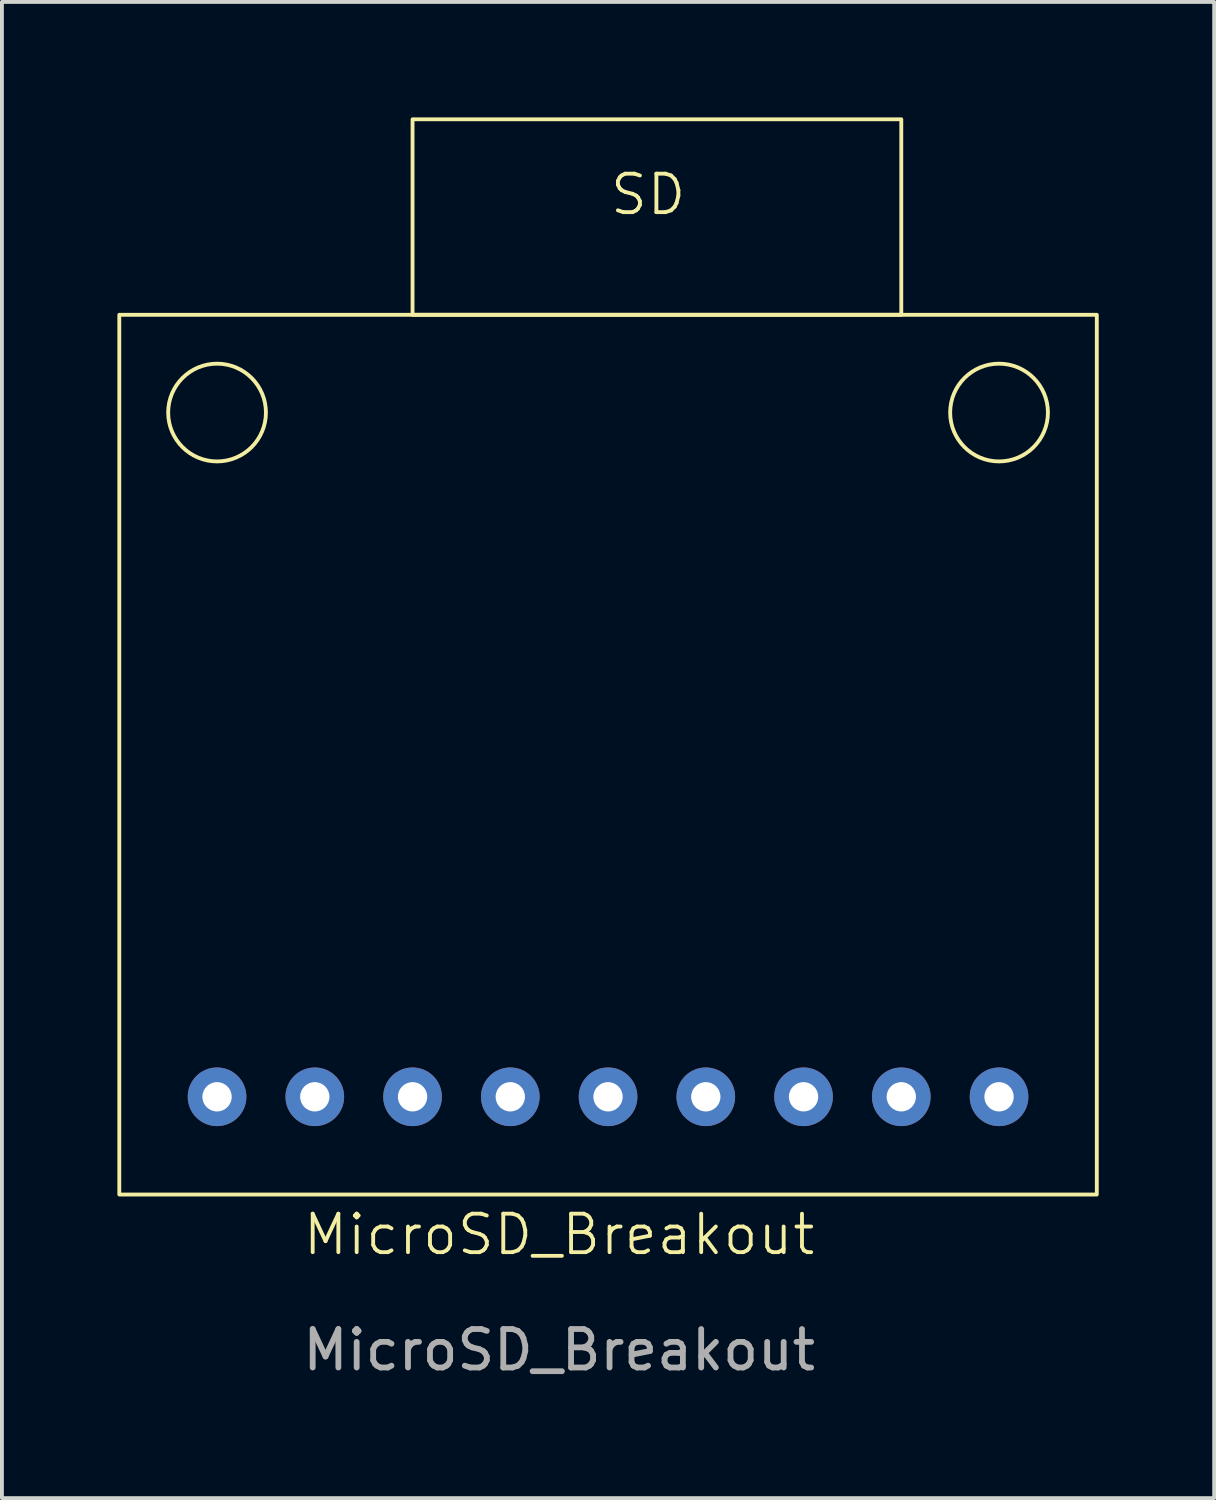
<source format=kicad_pcb>
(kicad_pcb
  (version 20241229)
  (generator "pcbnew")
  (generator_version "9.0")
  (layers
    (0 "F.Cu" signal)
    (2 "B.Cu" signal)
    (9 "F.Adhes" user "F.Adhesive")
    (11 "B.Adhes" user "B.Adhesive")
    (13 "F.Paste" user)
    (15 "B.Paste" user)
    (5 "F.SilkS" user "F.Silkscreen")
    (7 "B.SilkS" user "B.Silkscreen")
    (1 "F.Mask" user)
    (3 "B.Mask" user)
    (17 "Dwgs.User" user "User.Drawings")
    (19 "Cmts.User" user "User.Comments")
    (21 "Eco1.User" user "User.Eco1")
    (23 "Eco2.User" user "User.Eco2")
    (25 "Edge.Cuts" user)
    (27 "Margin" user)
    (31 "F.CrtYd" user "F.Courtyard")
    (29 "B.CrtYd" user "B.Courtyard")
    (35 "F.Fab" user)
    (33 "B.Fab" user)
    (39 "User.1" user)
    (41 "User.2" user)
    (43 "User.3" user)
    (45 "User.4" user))
  (footprint "MicroSD_Breakout"
    (layer "F.Cu")
    (at 12.75 16.56)
    (property "Reference" "MicroSD_Breakout" (at -1.27 12.47 0) (unlocked yes) (layer "F.SilkS") (effects (font (size 1 1) (thickness 0.1))))
    (attr through_hole)
    (fp_rect (start -12.7 -11.43) (end 12.7 11.43) (stroke (width 0.1) (type default)) (fill no) (layer "F.SilkS"))
    (fp_rect (start -5.08 -16.51) (end 7.62 -11.43) (stroke (width 0.1) (type default)) (fill no) (layer "F.SilkS"))
    (fp_circle (center -10.16 -8.89) (end -8.89 -8.89) (stroke (width 0.1) (type default)) (fill no) (layer "F.SilkS"))
    (fp_circle (center 10.16 -8.89) (end 11.43 -8.89) (stroke (width 0.1) (type default)) (fill no) (layer "F.SilkS"))
    (fp_text user "SD" (at 0 -13.97 0) (unlocked yes) (layer "F.SilkS") (effects (font (size 1 1) (thickness 0.1)) (justify left bottom)))
    (fp_text user "${REFERENCE}" (at -1.27 15.47 0) (unlocked yes) (layer "F.Fab") (effects (font (size 1 1) (thickness 0.15))))
    (pad "1" thru_hole circle (at -10.16 8.89) (size 1.524 1.524) (drill 0.762) (layers "*.Cu" "*.Mask"))
    (pad "2" thru_hole circle (at -7.62 8.89) (size 1.524 1.524) (drill 0.762) (layers "*.Cu" "*.Mask"))
    (pad "3" thru_hole circle (at -5.08 8.89) (size 1.524 1.524) (drill 0.762) (layers "*.Cu" "*.Mask"))
    (pad "4" thru_hole circle (at -2.54 8.89) (size 1.524 1.524) (drill 0.762) (layers "*.Cu" "*.Mask"))
    (pad "5" thru_hole circle (at 0 8.89) (size 1.524 1.524) (drill 0.762) (layers "*.Cu" "*.Mask"))
    (pad "6" thru_hole circle (at 2.54 8.89) (size 1.524 1.524) (drill 0.762) (layers "*.Cu" "*.Mask"))
    (pad "7" thru_hole circle (at 5.08 8.89) (size 1.524 1.524) (drill 0.762) (layers "*.Cu" "*.Mask"))
    (pad "8" thru_hole circle (at 7.62 8.89) (size 1.524 1.524) (drill 0.762) (layers "*.Cu" "*.Mask"))
    (pad "9" thru_hole circle (at 10.16 8.89) (size 1.524 1.524) (drill 0.762) (layers "*.Cu" "*.Mask")))
  (gr_rect
    (start -3 -3)
    (end 28.5 35.878)
    (stroke (width 0.1) (type default))
    (fill no)
    (layer "Edge.Cuts")))
</source>
